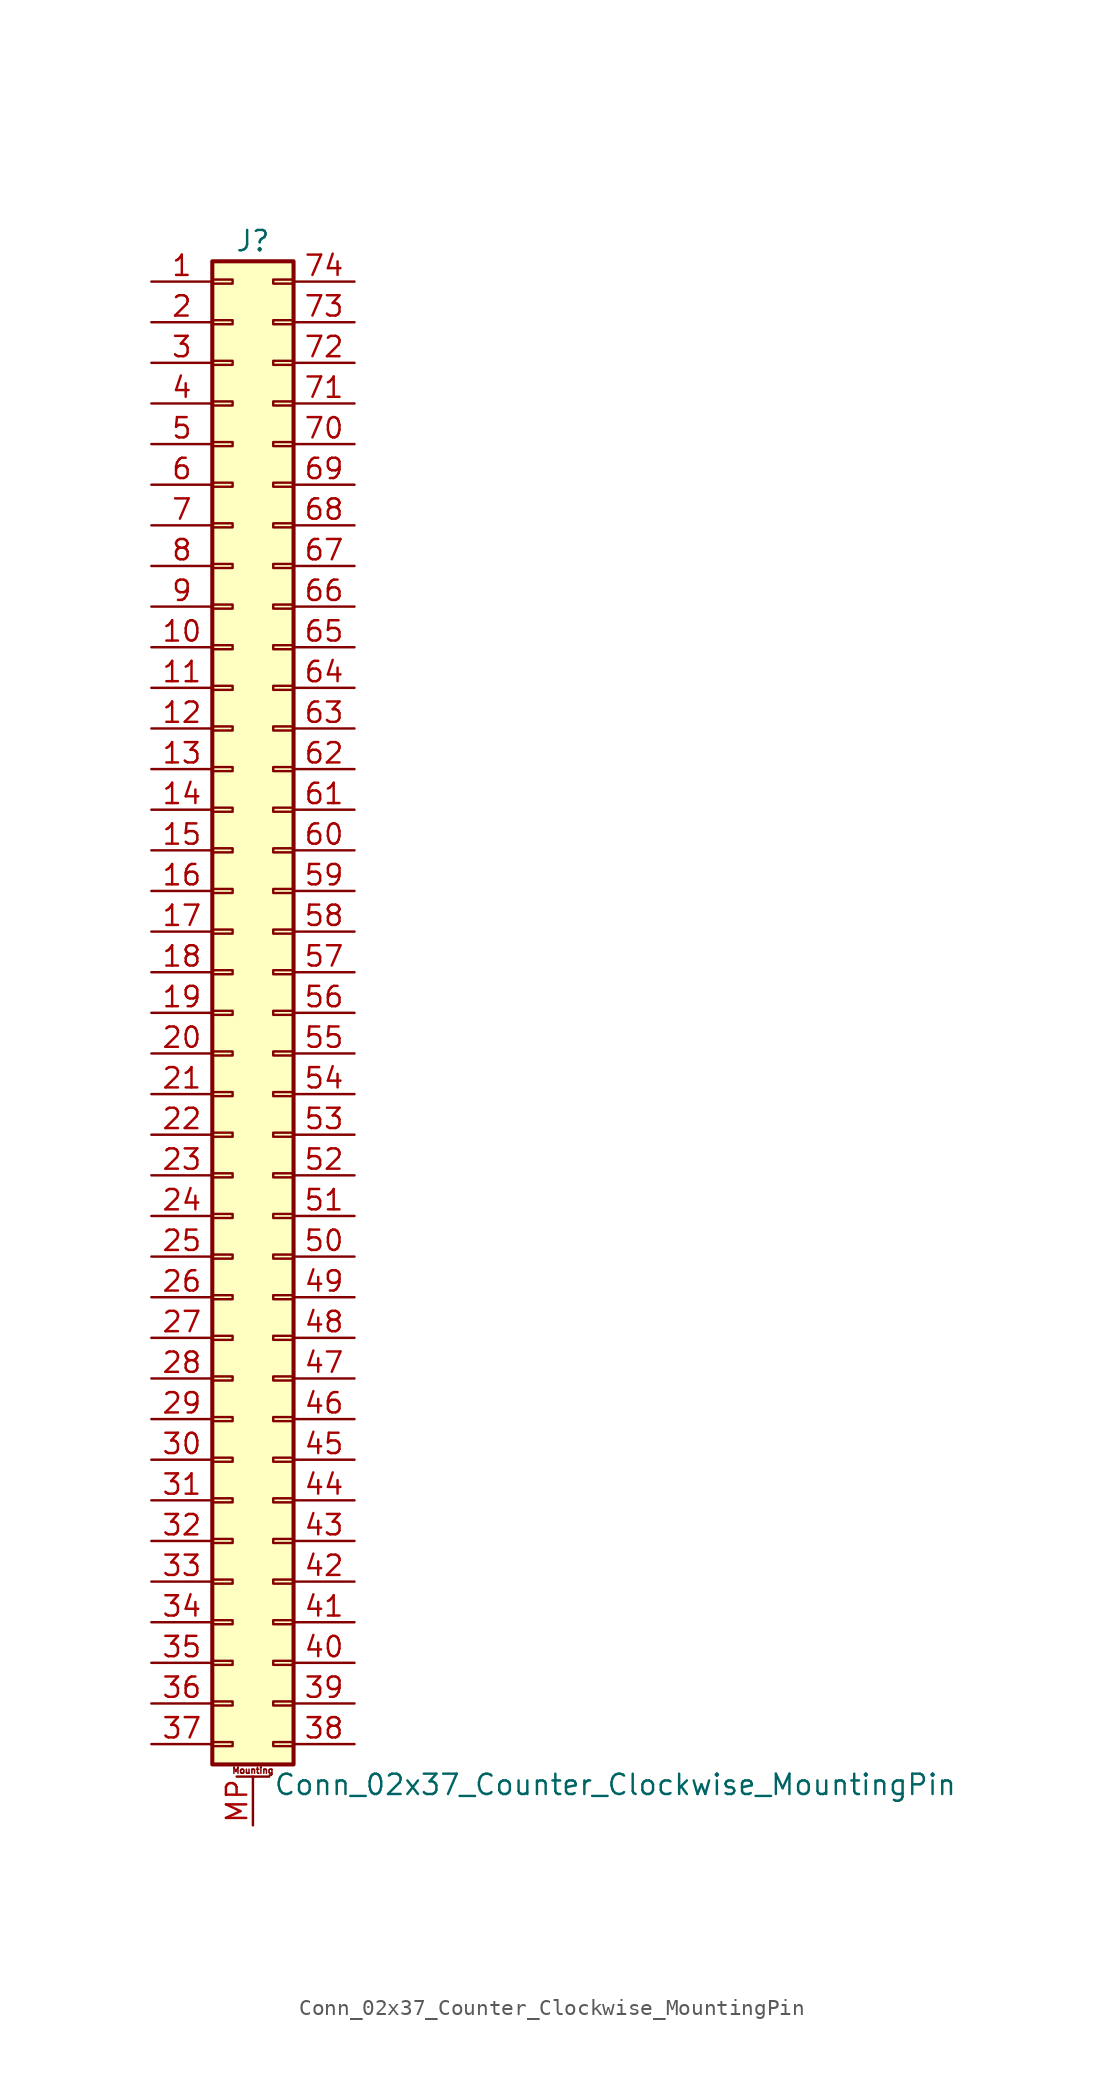
<source format=kicad_sym>
(kicad_symbol_lib
  (version 20211014)
  (generator kicad_symbol_editor)
  (symbol "Conn_02x37_Counter_Clockwise_MountingPin"
    (pin_names
      (offset 1.016) hide)
    (property "Reference" "J"
      (at 1.27 48.26 0)
      (effects (font (size 1.27 1.27))))
    (property "Value" "Conn_02x37_Counter_Clockwise_MountingPin"
      (at 2.54 -48.26 0)
      (effects (font (size 1.27 1.27)) (justify left)))
    (symbol "Conn_02x37_Counter_Clockwise_MountingPin_1_1"
      (rectangle (start -1.27 -45.593) (end 0 -45.847) (stroke (width 0.152) (type default) (color 0 0 0 0)) (fill (type none)))
      (rectangle (start -1.27 -43.053) (end 0 -43.307) (stroke (width 0.152) (type default) (color 0 0 0 0)) (fill (type none)))
      (rectangle (start -1.27 -40.513) (end 0 -40.767) (stroke (width 0.152) (type default) (color 0 0 0 0)) (fill (type none)))
      (rectangle (start -1.27 -37.973) (end 0 -38.227) (stroke (width 0.152) (type default) (color 0 0 0 0)) (fill (type none)))
      (rectangle (start -1.27 -35.433) (end 0 -35.687) (stroke (width 0.152) (type default) (color 0 0 0 0)) (fill (type none)))
      (rectangle (start -1.27 -32.893) (end 0 -33.147) (stroke (width 0.152) (type default) (color 0 0 0 0)) (fill (type none)))
      (rectangle (start -1.27 -30.353) (end 0 -30.607) (stroke (width 0.152) (type default) (color 0 0 0 0)) (fill (type none)))
      (rectangle (start -1.27 -27.813) (end 0 -28.067) (stroke (width 0.152) (type default) (color 0 0 0 0)) (fill (type none)))
      (rectangle (start -1.27 -25.273) (end 0 -25.527) (stroke (width 0.152) (type default) (color 0 0 0 0)) (fill (type none)))
      (rectangle (start -1.27 -22.733) (end 0 -22.987) (stroke (width 0.152) (type default) (color 0 0 0 0)) (fill (type none)))
      (rectangle (start -1.27 -20.193) (end 0 -20.447) (stroke (width 0.152) (type default) (color 0 0 0 0)) (fill (type none)))
      (rectangle (start -1.27 -17.653) (end 0 -17.907) (stroke (width 0.152) (type default) (color 0 0 0 0)) (fill (type none)))
      (rectangle (start -1.27 -15.113) (end 0 -15.367) (stroke (width 0.152) (type default) (color 0 0 0 0)) (fill (type none)))
      (rectangle (start -1.27 -12.573) (end 0 -12.827) (stroke (width 0.152) (type default) (color 0 0 0 0)) (fill (type none)))
      (rectangle (start -1.27 -10.033) (end 0 -10.287) (stroke (width 0.152) (type default) (color 0 0 0 0)) (fill (type none)))
      (rectangle (start -1.27 -7.493) (end 0 -7.747) (stroke (width 0.152) (type default) (color 0 0 0 0)) (fill (type none)))
      (rectangle (start -1.27 -4.953) (end 0 -5.207) (stroke (width 0.152) (type default) (color 0 0 0 0)) (fill (type none)))
      (rectangle (start -1.27 -2.413) (end 0 -2.667) (stroke (width 0.152) (type default) (color 0 0 0 0)) (fill (type none)))
      (rectangle (start -1.27 0.127) (end 0 -0.127) (stroke (width 0.152) (type default) (color 0 0 0 0)) (fill (type none)))
      (rectangle (start -1.27 2.667) (end 0 2.413) (stroke (width 0.152) (type default) (color 0 0 0 0)) (fill (type none)))
      (rectangle (start -1.27 5.207) (end 0 4.953) (stroke (width 0.152) (type default) (color 0 0 0 0)) (fill (type none)))
      (rectangle (start -1.27 7.747) (end 0 7.493) (stroke (width 0.152) (type default) (color 0 0 0 0)) (fill (type none)))
      (rectangle (start -1.27 10.287) (end 0 10.033) (stroke (width 0.152) (type default) (color 0 0 0 0)) (fill (type none)))
      (rectangle (start -1.27 12.827) (end 0 12.573) (stroke (width 0.152) (type default) (color 0 0 0 0)) (fill (type none)))
      (rectangle (start -1.27 15.367) (end 0 15.113) (stroke (width 0.152) (type default) (color 0 0 0 0)) (fill (type none)))
      (rectangle (start -1.27 17.907) (end 0 17.653) (stroke (width 0.152) (type default) (color 0 0 0 0)) (fill (type none)))
      (rectangle (start -1.27 20.447) (end 0 20.193) (stroke (width 0.152) (type default) (color 0 0 0 0)) (fill (type none)))
      (rectangle (start -1.27 22.987) (end 0 22.733) (stroke (width 0.152) (type default) (color 0 0 0 0)) (fill (type none)))
      (rectangle (start -1.27 25.527) (end 0 25.273) (stroke (width 0.152) (type default) (color 0 0 0 0)) (fill (type none)))
      (rectangle (start -1.27 28.067) (end 0 27.813) (stroke (width 0.152) (type default) (color 0 0 0 0)) (fill (type none)))
      (rectangle (start -1.27 30.607) (end 0 30.353) (stroke (width 0.152) (type default) (color 0 0 0 0)) (fill (type none)))
      (rectangle (start -1.27 33.147) (end 0 32.893) (stroke (width 0.152) (type default) (color 0 0 0 0)) (fill (type none)))
      (rectangle (start -1.27 35.687) (end 0 35.433) (stroke (width 0.152) (type default) (color 0 0 0 0)) (fill (type none)))
      (rectangle (start -1.27 38.227) (end 0 37.973) (stroke (width 0.152) (type default) (color 0 0 0 0)) (fill (type none)))
      (rectangle (start -1.27 40.767) (end 0 40.513) (stroke (width 0.152) (type default) (color 0 0 0 0)) (fill (type none)))
      (rectangle (start -1.27 43.307) (end 0 43.053) (stroke (width 0.152) (type default) (color 0 0 0 0)) (fill (type none)))
      (rectangle (start -1.27 45.847) (end 0 45.593) (stroke (width 0.152) (type default) (color 0 0 0 0)) (fill (type none)))
      (rectangle (start -1.27 46.99) (end 3.81 -46.99) (stroke (width 0.254) (type default) (color 0 0 0 0)) (fill (type background)))
      (polyline (pts (xy 0.254 -47.752) (xy 2.286 -47.752)) (stroke (width 0.152) (type default) (color 0 0 0 0)) (fill (type none)))
      (rectangle (start 3.81 -45.593) (end 2.54 -45.847) (stroke (width 0.152) (type default) (color 0 0 0 0)) (fill (type none)))
      (rectangle (start 3.81 -43.053) (end 2.54 -43.307) (stroke (width 0.152) (type default) (color 0 0 0 0)) (fill (type none)))
      (rectangle (start 3.81 -40.513) (end 2.54 -40.767) (stroke (width 0.152) (type default) (color 0 0 0 0)) (fill (type none)))
      (rectangle (start 3.81 -37.973) (end 2.54 -38.227) (stroke (width 0.152) (type default) (color 0 0 0 0)) (fill (type none)))
      (rectangle (start 3.81 -35.433) (end 2.54 -35.687) (stroke (width 0.152) (type default) (color 0 0 0 0)) (fill (type none)))
      (rectangle (start 3.81 -32.893) (end 2.54 -33.147) (stroke (width 0.152) (type default) (color 0 0 0 0)) (fill (type none)))
      (rectangle (start 3.81 -30.353) (end 2.54 -30.607) (stroke (width 0.152) (type default) (color 0 0 0 0)) (fill (type none)))
      (rectangle (start 3.81 -27.813) (end 2.54 -28.067) (stroke (width 0.152) (type default) (color 0 0 0 0)) (fill (type none)))
      (rectangle (start 3.81 -25.273) (end 2.54 -25.527) (stroke (width 0.152) (type default) (color 0 0 0 0)) (fill (type none)))
      (rectangle (start 3.81 -22.733) (end 2.54 -22.987) (stroke (width 0.152) (type default) (color 0 0 0 0)) (fill (type none)))
      (rectangle (start 3.81 -20.193) (end 2.54 -20.447) (stroke (width 0.152) (type default) (color 0 0 0 0)) (fill (type none)))
      (rectangle (start 3.81 -17.653) (end 2.54 -17.907) (stroke (width 0.152) (type default) (color 0 0 0 0)) (fill (type none)))
      (rectangle (start 3.81 -15.113) (end 2.54 -15.367) (stroke (width 0.152) (type default) (color 0 0 0 0)) (fill (type none)))
      (rectangle (start 3.81 -12.573) (end 2.54 -12.827) (stroke (width 0.152) (type default) (color 0 0 0 0)) (fill (type none)))
      (rectangle (start 3.81 -10.033) (end 2.54 -10.287) (stroke (width 0.152) (type default) (color 0 0 0 0)) (fill (type none)))
      (rectangle (start 3.81 -7.493) (end 2.54 -7.747) (stroke (width 0.152) (type default) (color 0 0 0 0)) (fill (type none)))
      (rectangle (start 3.81 -4.953) (end 2.54 -5.207) (stroke (width 0.152) (type default) (color 0 0 0 0)) (fill (type none)))
      (rectangle (start 3.81 -2.413) (end 2.54 -2.667) (stroke (width 0.152) (type default) (color 0 0 0 0)) (fill (type none)))
      (rectangle (start 3.81 0.127) (end 2.54 -0.127) (stroke (width 0.152) (type default) (color 0 0 0 0)) (fill (type none)))
      (rectangle (start 3.81 2.667) (end 2.54 2.413) (stroke (width 0.152) (type default) (color 0 0 0 0)) (fill (type none)))
      (rectangle (start 3.81 5.207) (end 2.54 4.953) (stroke (width 0.152) (type default) (color 0 0 0 0)) (fill (type none)))
      (rectangle (start 3.81 7.747) (end 2.54 7.493) (stroke (width 0.152) (type default) (color 0 0 0 0)) (fill (type none)))
      (rectangle (start 3.81 10.287) (end 2.54 10.033) (stroke (width 0.152) (type default) (color 0 0 0 0)) (fill (type none)))
      (rectangle (start 3.81 12.827) (end 2.54 12.573) (stroke (width 0.152) (type default) (color 0 0 0 0)) (fill (type none)))
      (rectangle (start 3.81 15.367) (end 2.54 15.113) (stroke (width 0.152) (type default) (color 0 0 0 0)) (fill (type none)))
      (rectangle (start 3.81 17.907) (end 2.54 17.653) (stroke (width 0.152) (type default) (color 0 0 0 0)) (fill (type none)))
      (rectangle (start 3.81 20.447) (end 2.54 20.193) (stroke (width 0.152) (type default) (color 0 0 0 0)) (fill (type none)))
      (rectangle (start 3.81 22.987) (end 2.54 22.733) (stroke (width 0.152) (type default) (color 0 0 0 0)) (fill (type none)))
      (rectangle (start 3.81 25.527) (end 2.54 25.273) (stroke (width 0.152) (type default) (color 0 0 0 0)) (fill (type none)))
      (rectangle (start 3.81 28.067) (end 2.54 27.813) (stroke (width 0.152) (type default) (color 0 0 0 0)) (fill (type none)))
      (rectangle (start 3.81 30.607) (end 2.54 30.353) (stroke (width 0.152) (type default) (color 0 0 0 0)) (fill (type none)))
      (rectangle (start 3.81 33.147) (end 2.54 32.893) (stroke (width 0.152) (type default) (color 0 0 0 0)) (fill (type none)))
      (rectangle (start 3.81 35.687) (end 2.54 35.433) (stroke (width 0.152) (type default) (color 0 0 0 0)) (fill (type none)))
      (rectangle (start 3.81 38.227) (end 2.54 37.973) (stroke (width 0.152) (type default) (color 0 0 0 0)) (fill (type none)))
      (rectangle (start 3.81 40.767) (end 2.54 40.513) (stroke (width 0.152) (type default) (color 0 0 0 0)) (fill (type none)))
      (rectangle (start 3.81 43.307) (end 2.54 43.053) (stroke (width 0.152) (type default) (color 0 0 0 0)) (fill (type none)))
      (rectangle (start 3.81 45.847) (end 2.54 45.593) (stroke (width 0.152) (type default) (color 0 0 0 0)) (fill (type none)))
      (text "Mounting" (at 1.27 -47.371 0) (effects (font (size 0.381 0.381))))
      (pin passive line (at -5.08 45.72 0) (length 3.81) (name "Pin_1" (effects (font (size 1.27 1.27)))) (number "1" (effects (font (size 1.27 1.27)))))
      (pin passive line (at -5.08 22.86 0) (length 3.81) (name "Pin_10" (effects (font (size 1.27 1.27)))) (number "10" (effects (font (size 1.27 1.27)))))
      (pin passive line (at -5.08 20.32 0) (length 3.81) (name "Pin_11" (effects (font (size 1.27 1.27)))) (number "11" (effects (font (size 1.27 1.27)))))
      (pin passive line (at -5.08 17.78 0) (length 3.81) (name "Pin_12" (effects (font (size 1.27 1.27)))) (number "12" (effects (font (size 1.27 1.27)))))
      (pin passive line (at -5.08 15.24 0) (length 3.81) (name "Pin_13" (effects (font (size 1.27 1.27)))) (number "13" (effects (font (size 1.27 1.27)))))
      (pin passive line (at -5.08 12.7 0) (length 3.81) (name "Pin_14" (effects (font (size 1.27 1.27)))) (number "14" (effects (font (size 1.27 1.27)))))
      (pin passive line (at -5.08 10.16 0) (length 3.81) (name "Pin_15" (effects (font (size 1.27 1.27)))) (number "15" (effects (font (size 1.27 1.27)))))
      (pin passive line (at -5.08 7.62 0) (length 3.81) (name "Pin_16" (effects (font (size 1.27 1.27)))) (number "16" (effects (font (size 1.27 1.27)))))
      (pin passive line (at -5.08 5.08 0) (length 3.81) (name "Pin_17" (effects (font (size 1.27 1.27)))) (number "17" (effects (font (size 1.27 1.27)))))
      (pin passive line (at -5.08 2.54 0) (length 3.81) (name "Pin_18" (effects (font (size 1.27 1.27)))) (number "18" (effects (font (size 1.27 1.27)))))
      (pin passive line (at -5.08 0 0) (length 3.81) (name "Pin_19" (effects (font (size 1.27 1.27)))) (number "19" (effects (font (size 1.27 1.27)))))
      (pin passive line (at -5.08 43.18 0) (length 3.81) (name "Pin_2" (effects (font (size 1.27 1.27)))) (number "2" (effects (font (size 1.27 1.27)))))
      (pin passive line (at -5.08 -2.54 0) (length 3.81) (name "Pin_20" (effects (font (size 1.27 1.27)))) (number "20" (effects (font (size 1.27 1.27)))))
      (pin passive line (at -5.08 -5.08 0) (length 3.81) (name "Pin_21" (effects (font (size 1.27 1.27)))) (number "21" (effects (font (size 1.27 1.27)))))
      (pin passive line (at -5.08 -7.62 0) (length 3.81) (name "Pin_22" (effects (font (size 1.27 1.27)))) (number "22" (effects (font (size 1.27 1.27)))))
      (pin passive line (at -5.08 -10.16 0) (length 3.81) (name "Pin_23" (effects (font (size 1.27 1.27)))) (number "23" (effects (font (size 1.27 1.27)))))
      (pin passive line (at -5.08 -12.7 0) (length 3.81) (name "Pin_24" (effects (font (size 1.27 1.27)))) (number "24" (effects (font (size 1.27 1.27)))))
      (pin passive line (at -5.08 -15.24 0) (length 3.81) (name "Pin_25" (effects (font (size 1.27 1.27)))) (number "25" (effects (font (size 1.27 1.27)))))
      (pin passive line (at -5.08 -17.78 0) (length 3.81) (name "Pin_26" (effects (font (size 1.27 1.27)))) (number "26" (effects (font (size 1.27 1.27)))))
      (pin passive line (at -5.08 -20.32 0) (length 3.81) (name "Pin_27" (effects (font (size 1.27 1.27)))) (number "27" (effects (font (size 1.27 1.27)))))
      (pin passive line (at -5.08 -22.86 0) (length 3.81) (name "Pin_28" (effects (font (size 1.27 1.27)))) (number "28" (effects (font (size 1.27 1.27)))))
      (pin passive line (at -5.08 -25.4 0) (length 3.81) (name "Pin_29" (effects (font (size 1.27 1.27)))) (number "29" (effects (font (size 1.27 1.27)))))
      (pin passive line (at -5.08 40.64 0) (length 3.81) (name "Pin_3" (effects (font (size 1.27 1.27)))) (number "3" (effects (font (size 1.27 1.27)))))
      (pin passive line (at -5.08 -27.94 0) (length 3.81) (name "Pin_30" (effects (font (size 1.27 1.27)))) (number "30" (effects (font (size 1.27 1.27)))))
      (pin passive line (at -5.08 -30.48 0) (length 3.81) (name "Pin_31" (effects (font (size 1.27 1.27)))) (number "31" (effects (font (size 1.27 1.27)))))
      (pin passive line (at -5.08 -33.02 0) (length 3.81) (name "Pin_32" (effects (font (size 1.27 1.27)))) (number "32" (effects (font (size 1.27 1.27)))))
      (pin passive line (at -5.08 -35.56 0) (length 3.81) (name "Pin_33" (effects (font (size 1.27 1.27)))) (number "33" (effects (font (size 1.27 1.27)))))
      (pin passive line (at -5.08 -38.1 0) (length 3.81) (name "Pin_34" (effects (font (size 1.27 1.27)))) (number "34" (effects (font (size 1.27 1.27)))))
      (pin passive line (at -5.08 -40.64 0) (length 3.81) (name "Pin_35" (effects (font (size 1.27 1.27)))) (number "35" (effects (font (size 1.27 1.27)))))
      (pin passive line (at -5.08 -43.18 0) (length 3.81) (name "Pin_36" (effects (font (size 1.27 1.27)))) (number "36" (effects (font (size 1.27 1.27)))))
      (pin passive line (at -5.08 -45.72 0) (length 3.81) (name "Pin_37" (effects (font (size 1.27 1.27)))) (number "37" (effects (font (size 1.27 1.27)))))
      (pin passive line (at 7.62 -45.72 180) (length 3.81) (name "Pin_38" (effects (font (size 1.27 1.27)))) (number "38" (effects (font (size 1.27 1.27)))))
      (pin passive line (at 7.62 -43.18 180) (length 3.81) (name "Pin_39" (effects (font (size 1.27 1.27)))) (number "39" (effects (font (size 1.27 1.27)))))
      (pin passive line (at -5.08 38.1 0) (length 3.81) (name "Pin_4" (effects (font (size 1.27 1.27)))) (number "4" (effects (font (size 1.27 1.27)))))
      (pin passive line (at 7.62 -40.64 180) (length 3.81) (name "Pin_40" (effects (font (size 1.27 1.27)))) (number "40" (effects (font (size 1.27 1.27)))))
      (pin passive line (at 7.62 -38.1 180) (length 3.81) (name "Pin_41" (effects (font (size 1.27 1.27)))) (number "41" (effects (font (size 1.27 1.27)))))
      (pin passive line (at 7.62 -35.56 180) (length 3.81) (name "Pin_42" (effects (font (size 1.27 1.27)))) (number "42" (effects (font (size 1.27 1.27)))))
      (pin passive line (at 7.62 -33.02 180) (length 3.81) (name "Pin_43" (effects (font (size 1.27 1.27)))) (number "43" (effects (font (size 1.27 1.27)))))
      (pin passive line (at 7.62 -30.48 180) (length 3.81) (name "Pin_44" (effects (font (size 1.27 1.27)))) (number "44" (effects (font (size 1.27 1.27)))))
      (pin passive line (at 7.62 -27.94 180) (length 3.81) (name "Pin_45" (effects (font (size 1.27 1.27)))) (number "45" (effects (font (size 1.27 1.27)))))
      (pin passive line (at 7.62 -25.4 180) (length 3.81) (name "Pin_46" (effects (font (size 1.27 1.27)))) (number "46" (effects (font (size 1.27 1.27)))))
      (pin passive line (at 7.62 -22.86 180) (length 3.81) (name "Pin_47" (effects (font (size 1.27 1.27)))) (number "47" (effects (font (size 1.27 1.27)))))
      (pin passive line (at 7.62 -20.32 180) (length 3.81) (name "Pin_48" (effects (font (size 1.27 1.27)))) (number "48" (effects (font (size 1.27 1.27)))))
      (pin passive line (at 7.62 -17.78 180) (length 3.81) (name "Pin_49" (effects (font (size 1.27 1.27)))) (number "49" (effects (font (size 1.27 1.27)))))
      (pin passive line (at -5.08 35.56 0) (length 3.81) (name "Pin_5" (effects (font (size 1.27 1.27)))) (number "5" (effects (font (size 1.27 1.27)))))
      (pin passive line (at 7.62 -15.24 180) (length 3.81) (name "Pin_50" (effects (font (size 1.27 1.27)))) (number "50" (effects (font (size 1.27 1.27)))))
      (pin passive line (at 7.62 -12.7 180) (length 3.81) (name "Pin_51" (effects (font (size 1.27 1.27)))) (number "51" (effects (font (size 1.27 1.27)))))
      (pin passive line (at 7.62 -10.16 180) (length 3.81) (name "Pin_52" (effects (font (size 1.27 1.27)))) (number "52" (effects (font (size 1.27 1.27)))))
      (pin passive line (at 7.62 -7.62 180) (length 3.81) (name "Pin_53" (effects (font (size 1.27 1.27)))) (number "53" (effects (font (size 1.27 1.27)))))
      (pin passive line (at 7.62 -5.08 180) (length 3.81) (name "Pin_54" (effects (font (size 1.27 1.27)))) (number "54" (effects (font (size 1.27 1.27)))))
      (pin passive line (at 7.62 -2.54 180) (length 3.81) (name "Pin_55" (effects (font (size 1.27 1.27)))) (number "55" (effects (font (size 1.27 1.27)))))
      (pin passive line (at 7.62 0 180) (length 3.81) (name "Pin_56" (effects (font (size 1.27 1.27)))) (number "56" (effects (font (size 1.27 1.27)))))
      (pin passive line (at 7.62 2.54 180) (length 3.81) (name "Pin_57" (effects (font (size 1.27 1.27)))) (number "57" (effects (font (size 1.27 1.27)))))
      (pin passive line (at 7.62 5.08 180) (length 3.81) (name "Pin_58" (effects (font (size 1.27 1.27)))) (number "58" (effects (font (size 1.27 1.27)))))
      (pin passive line (at 7.62 7.62 180) (length 3.81) (name "Pin_59" (effects (font (size 1.27 1.27)))) (number "59" (effects (font (size 1.27 1.27)))))
      (pin passive line (at -5.08 33.02 0) (length 3.81) (name "Pin_6" (effects (font (size 1.27 1.27)))) (number "6" (effects (font (size 1.27 1.27)))))
      (pin passive line (at 7.62 10.16 180) (length 3.81) (name "Pin_60" (effects (font (size 1.27 1.27)))) (number "60" (effects (font (size 1.27 1.27)))))
      (pin passive line (at 7.62 12.7 180) (length 3.81) (name "Pin_61" (effects (font (size 1.27 1.27)))) (number "61" (effects (font (size 1.27 1.27)))))
      (pin passive line (at 7.62 15.24 180) (length 3.81) (name "Pin_62" (effects (font (size 1.27 1.27)))) (number "62" (effects (font (size 1.27 1.27)))))
      (pin passive line (at 7.62 17.78 180) (length 3.81) (name "Pin_63" (effects (font (size 1.27 1.27)))) (number "63" (effects (font (size 1.27 1.27)))))
      (pin passive line (at 7.62 20.32 180) (length 3.81) (name "Pin_64" (effects (font (size 1.27 1.27)))) (number "64" (effects (font (size 1.27 1.27)))))
      (pin passive line (at 7.62 22.86 180) (length 3.81) (name "Pin_65" (effects (font (size 1.27 1.27)))) (number "65" (effects (font (size 1.27 1.27)))))
      (pin passive line (at 7.62 25.4 180) (length 3.81) (name "Pin_66" (effects (font (size 1.27 1.27)))) (number "66" (effects (font (size 1.27 1.27)))))
      (pin passive line (at 7.62 27.94 180) (length 3.81) (name "Pin_67" (effects (font (size 1.27 1.27)))) (number "67" (effects (font (size 1.27 1.27)))))
      (pin passive line (at 7.62 30.48 180) (length 3.81) (name "Pin_68" (effects (font (size 1.27 1.27)))) (number "68" (effects (font (size 1.27 1.27)))))
      (pin passive line (at 7.62 33.02 180) (length 3.81) (name "Pin_69" (effects (font (size 1.27 1.27)))) (number "69" (effects (font (size 1.27 1.27)))))
      (pin passive line (at -5.08 30.48 0) (length 3.81) (name "Pin_7" (effects (font (size 1.27 1.27)))) (number "7" (effects (font (size 1.27 1.27)))))
      (pin passive line (at 7.62 35.56 180) (length 3.81) (name "Pin_70" (effects (font (size 1.27 1.27)))) (number "70" (effects (font (size 1.27 1.27)))))
      (pin passive line (at 7.62 38.1 180) (length 3.81) (name "Pin_71" (effects (font (size 1.27 1.27)))) (number "71" (effects (font (size 1.27 1.27)))))
      (pin passive line (at 7.62 40.64 180) (length 3.81) (name "Pin_72" (effects (font (size 1.27 1.27)))) (number "72" (effects (font (size 1.27 1.27)))))
      (pin passive line (at 7.62 43.18 180) (length 3.81) (name "Pin_73" (effects (font (size 1.27 1.27)))) (number "73" (effects (font (size 1.27 1.27)))))
      (pin passive line (at 7.62 45.72 180) (length 3.81) (name "Pin_74" (effects (font (size 1.27 1.27)))) (number "74" (effects (font (size 1.27 1.27)))))
      (pin passive line (at -5.08 27.94 0) (length 3.81) (name "Pin_8" (effects (font (size 1.27 1.27)))) (number "8" (effects (font (size 1.27 1.27)))))
      (pin passive line (at -5.08 25.4 0) (length 3.81) (name "Pin_9" (effects (font (size 1.27 1.27)))) (number "9" (effects (font (size 1.27 1.27)))))
      (pin passive line (at 1.27 -50.8 90) (length 3.048) (name "MountPin" (effects (font (size 1.27 1.27)))) (number "MP" (effects (font (size 1.27 1.27))))))))
</source>
